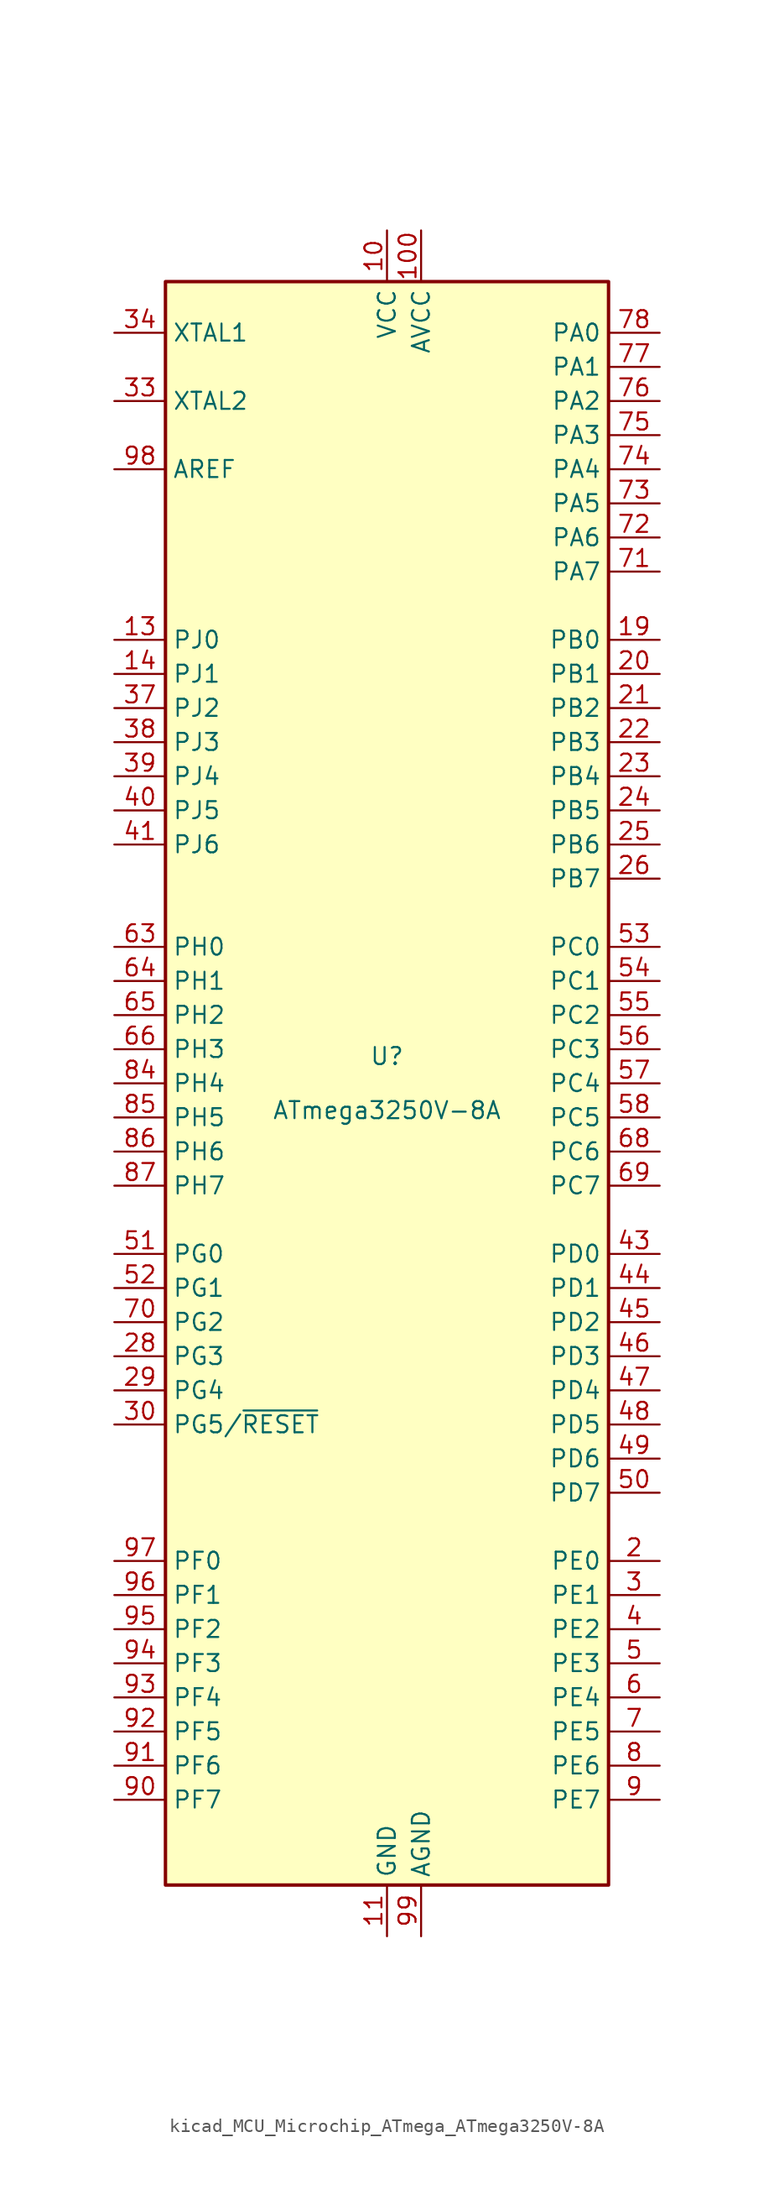
<source format=kicad_sym>
(kicad_symbol_lib
  (version 20220914)
  (generator kicad_symbol_editor)
  (symbol "kicad_MCU_Microchip_ATmega_ATmega3250V-8A"
    (property "Reference" "U"
      (at 0 1.27 0)
      (effects (font (size 1.27 1.27)) (justify bottom)))
    (property "Value" "ATmega3250V-8A"
      (at 0 -1.27 0)
      (effects (font (size 1.27 1.27)) (justify top)))
    (symbol "kicad_MCU_Microchip_ATmega_ATmega3250V-8A_0_1"
      (rectangle (start -16.51 -59.69) (end 16.51 59.69) (stroke (width 0.254) (type default)) (fill (type background))))
    (symbol "kicad_MCU_Microchip_ATmega_ATmega3250V-8A_1_1"
      (pin no_connect line (at -15.24 40.64 0) (length 2.54) hide (name "NC" (effects (font (size 1.27 1.27)))) (number "1" (effects (font (size 1.27 1.27)))))
      (pin power_in line (at 0 63.5 270) (length 3.81) (name "VCC" (effects (font (size 1.27 1.27)))) (number "10" (effects (font (size 1.27 1.27)))))
      (pin power_in line (at 2.54 63.5 270) (length 3.81) (name "AVCC" (effects (font (size 1.27 1.27)))) (number "100" (effects (font (size 1.27 1.27)))))
      (pin power_in line (at 0 -63.5 90) (length 3.81) (name "GND" (effects (font (size 1.27 1.27)))) (number "11" (effects (font (size 1.27 1.27)))))
      (pin no_connect line (at -15.24 38.1 0) (length 2.54) hide (name "NC" (effects (font (size 1.27 1.27)))) (number "12" (effects (font (size 1.27 1.27)))))
      (pin bidirectional line (at -20.32 33.02 0) (length 3.81) (name "PJ0" (effects (font (size 1.27 1.27)))) (number "13" (effects (font (size 1.27 1.27)))))
      (pin bidirectional line (at -20.32 30.48 0) (length 3.81) (name "PJ1" (effects (font (size 1.27 1.27)))) (number "14" (effects (font (size 1.27 1.27)))))
      (pin no_connect line (at -15.24 35.56 0) (length 2.54) hide (name "NC" (effects (font (size 1.27 1.27)))) (number "15" (effects (font (size 1.27 1.27)))))
      (pin no_connect line (at -15.24 15.24 0) (length 2.54) hide (name "NC" (effects (font (size 1.27 1.27)))) (number "16" (effects (font (size 1.27 1.27)))))
      (pin no_connect line (at -15.24 12.7 0) (length 2.54) hide (name "NC" (effects (font (size 1.27 1.27)))) (number "17" (effects (font (size 1.27 1.27)))))
      (pin no_connect line (at -15.24 -10.16 0) (length 2.54) hide (name "NC" (effects (font (size 1.27 1.27)))) (number "18" (effects (font (size 1.27 1.27)))))
      (pin bidirectional line (at 20.32 33.02 180) (length 3.81) (name "PB0" (effects (font (size 1.27 1.27)))) (number "19" (effects (font (size 1.27 1.27)))))
      (pin bidirectional line (at 20.32 -35.56 180) (length 3.81) (name "PE0" (effects (font (size 1.27 1.27)))) (number "2" (effects (font (size 1.27 1.27)))))
      (pin bidirectional line (at 20.32 30.48 180) (length 3.81) (name "PB1" (effects (font (size 1.27 1.27)))) (number "20" (effects (font (size 1.27 1.27)))))
      (pin bidirectional line (at 20.32 27.94 180) (length 3.81) (name "PB2" (effects (font (size 1.27 1.27)))) (number "21" (effects (font (size 1.27 1.27)))))
      (pin bidirectional line (at 20.32 25.4 180) (length 3.81) (name "PB3" (effects (font (size 1.27 1.27)))) (number "22" (effects (font (size 1.27 1.27)))))
      (pin bidirectional line (at 20.32 22.86 180) (length 3.81) (name "PB4" (effects (font (size 1.27 1.27)))) (number "23" (effects (font (size 1.27 1.27)))))
      (pin bidirectional line (at 20.32 20.32 180) (length 3.81) (name "PB5" (effects (font (size 1.27 1.27)))) (number "24" (effects (font (size 1.27 1.27)))))
      (pin bidirectional line (at 20.32 17.78 180) (length 3.81) (name "PB6" (effects (font (size 1.27 1.27)))) (number "25" (effects (font (size 1.27 1.27)))))
      (pin bidirectional line (at 20.32 15.24 180) (length 3.81) (name "PB7" (effects (font (size 1.27 1.27)))) (number "26" (effects (font (size 1.27 1.27)))))
      (pin no_connect line (at -15.24 -27.94 0) (length 2.54) hide (name "NC" (effects (font (size 1.27 1.27)))) (number "27" (effects (font (size 1.27 1.27)))))
      (pin bidirectional line (at -20.32 -20.32 0) (length 3.81) (name "PG3" (effects (font (size 1.27 1.27)))) (number "28" (effects (font (size 1.27 1.27)))))
      (pin bidirectional line (at -20.32 -22.86 0) (length 3.81) (name "PG4" (effects (font (size 1.27 1.27)))) (number "29" (effects (font (size 1.27 1.27)))))
      (pin bidirectional line (at 20.32 -38.1 180) (length 3.81) (name "PE1" (effects (font (size 1.27 1.27)))) (number "3" (effects (font (size 1.27 1.27)))))
      (pin bidirectional line (at -20.32 -25.4 0) (length 3.81) (name "PG5/~{RESET}" (effects (font (size 1.27 1.27)))) (number "30" (effects (font (size 1.27 1.27)))))
      (pin passive line (at 0 63.5 270) (length 3.81) hide (name "VCC" (effects (font (size 1.27 1.27)))) (number "31" (effects (font (size 1.27 1.27)))))
      (pin passive line (at 0 -63.5 90) (length 3.81) hide (name "GND" (effects (font (size 1.27 1.27)))) (number "32" (effects (font (size 1.27 1.27)))))
      (pin output line (at -20.32 50.8 0) (length 3.81) (name "XTAL2" (effects (font (size 1.27 1.27)))) (number "33" (effects (font (size 1.27 1.27)))))
      (pin input line (at -20.32 55.88 0) (length 3.81) (name "XTAL1" (effects (font (size 1.27 1.27)))) (number "34" (effects (font (size 1.27 1.27)))))
      (pin no_connect line (at -15.24 -30.48 0) (length 2.54) hide (name "NC" (effects (font (size 1.27 1.27)))) (number "35" (effects (font (size 1.27 1.27)))))
      (pin no_connect line (at -15.24 -33.02 0) (length 2.54) hide (name "NC" (effects (font (size 1.27 1.27)))) (number "36" (effects (font (size 1.27 1.27)))))
      (pin bidirectional line (at -20.32 27.94 0) (length 3.81) (name "PJ2" (effects (font (size 1.27 1.27)))) (number "37" (effects (font (size 1.27 1.27)))))
      (pin bidirectional line (at -20.32 25.4 0) (length 3.81) (name "PJ3" (effects (font (size 1.27 1.27)))) (number "38" (effects (font (size 1.27 1.27)))))
      (pin bidirectional line (at -20.32 22.86 0) (length 3.81) (name "PJ4" (effects (font (size 1.27 1.27)))) (number "39" (effects (font (size 1.27 1.27)))))
      (pin bidirectional line (at 20.32 -40.64 180) (length 3.81) (name "PE2" (effects (font (size 1.27 1.27)))) (number "4" (effects (font (size 1.27 1.27)))))
      (pin bidirectional line (at -20.32 20.32 0) (length 3.81) (name "PJ5" (effects (font (size 1.27 1.27)))) (number "40" (effects (font (size 1.27 1.27)))))
      (pin bidirectional line (at -20.32 17.78 0) (length 3.81) (name "PJ6" (effects (font (size 1.27 1.27)))) (number "41" (effects (font (size 1.27 1.27)))))
      (pin no_connect line (at -15.24 -58.42 90) (length 2.54) hide (name "NC" (effects (font (size 1.27 1.27)))) (number "42" (effects (font (size 1.27 1.27)))))
      (pin bidirectional line (at 20.32 -12.7 180) (length 3.81) (name "PD0" (effects (font (size 1.27 1.27)))) (number "43" (effects (font (size 1.27 1.27)))))
      (pin bidirectional line (at 20.32 -15.24 180) (length 3.81) (name "PD1" (effects (font (size 1.27 1.27)))) (number "44" (effects (font (size 1.27 1.27)))))
      (pin bidirectional line (at 20.32 -17.78 180) (length 3.81) (name "PD2" (effects (font (size 1.27 1.27)))) (number "45" (effects (font (size 1.27 1.27)))))
      (pin bidirectional line (at 20.32 -20.32 180) (length 3.81) (name "PD3" (effects (font (size 1.27 1.27)))) (number "46" (effects (font (size 1.27 1.27)))))
      (pin bidirectional line (at 20.32 -22.86 180) (length 3.81) (name "PD4" (effects (font (size 1.27 1.27)))) (number "47" (effects (font (size 1.27 1.27)))))
      (pin bidirectional line (at 20.32 -25.4 180) (length 3.81) (name "PD5" (effects (font (size 1.27 1.27)))) (number "48" (effects (font (size 1.27 1.27)))))
      (pin bidirectional line (at 20.32 -27.94 180) (length 3.81) (name "PD6" (effects (font (size 1.27 1.27)))) (number "49" (effects (font (size 1.27 1.27)))))
      (pin bidirectional line (at 20.32 -43.18 180) (length 3.81) (name "PE3" (effects (font (size 1.27 1.27)))) (number "5" (effects (font (size 1.27 1.27)))))
      (pin bidirectional line (at 20.32 -30.48 180) (length 3.81) (name "PD7" (effects (font (size 1.27 1.27)))) (number "50" (effects (font (size 1.27 1.27)))))
      (pin bidirectional line (at -20.32 -12.7 0) (length 3.81) (name "PG0" (effects (font (size 1.27 1.27)))) (number "51" (effects (font (size 1.27 1.27)))))
      (pin bidirectional line (at -20.32 -15.24 0) (length 3.81) (name "PG1" (effects (font (size 1.27 1.27)))) (number "52" (effects (font (size 1.27 1.27)))))
      (pin bidirectional line (at 20.32 10.16 180) (length 3.81) (name "PC0" (effects (font (size 1.27 1.27)))) (number "53" (effects (font (size 1.27 1.27)))))
      (pin bidirectional line (at 20.32 7.62 180) (length 3.81) (name "PC1" (effects (font (size 1.27 1.27)))) (number "54" (effects (font (size 1.27 1.27)))))
      (pin bidirectional line (at 20.32 5.08 180) (length 3.81) (name "PC2" (effects (font (size 1.27 1.27)))) (number "55" (effects (font (size 1.27 1.27)))))
      (pin bidirectional line (at 20.32 2.54 180) (length 3.81) (name "PC3" (effects (font (size 1.27 1.27)))) (number "56" (effects (font (size 1.27 1.27)))))
      (pin bidirectional line (at 20.32 0 180) (length 3.81) (name "PC4" (effects (font (size 1.27 1.27)))) (number "57" (effects (font (size 1.27 1.27)))))
      (pin bidirectional line (at 20.32 -2.54 180) (length 3.81) (name "PC5" (effects (font (size 1.27 1.27)))) (number "58" (effects (font (size 1.27 1.27)))))
      (pin no_connect line (at -12.7 -58.42 90) (length 2.54) hide (name "NC" (effects (font (size 1.27 1.27)))) (number "59" (effects (font (size 1.27 1.27)))))
      (pin bidirectional line (at 20.32 -45.72 180) (length 3.81) (name "PE4" (effects (font (size 1.27 1.27)))) (number "6" (effects (font (size 1.27 1.27)))))
      (pin no_connect line (at -10.16 -58.42 90) (length 2.54) hide (name "NC" (effects (font (size 1.27 1.27)))) (number "60" (effects (font (size 1.27 1.27)))))
      (pin no_connect line (at -7.62 -58.42 90) (length 2.54) hide (name "NC" (effects (font (size 1.27 1.27)))) (number "61" (effects (font (size 1.27 1.27)))))
      (pin no_connect line (at -5.08 -58.42 90) (length 2.54) hide (name "NC" (effects (font (size 1.27 1.27)))) (number "62" (effects (font (size 1.27 1.27)))))
      (pin bidirectional line (at -20.32 10.16 0) (length 3.81) (name "PH0" (effects (font (size 1.27 1.27)))) (number "63" (effects (font (size 1.27 1.27)))))
      (pin bidirectional line (at -20.32 7.62 0) (length 3.81) (name "PH1" (effects (font (size 1.27 1.27)))) (number "64" (effects (font (size 1.27 1.27)))))
      (pin bidirectional line (at -20.32 5.08 0) (length 3.81) (name "PH2" (effects (font (size 1.27 1.27)))) (number "65" (effects (font (size 1.27 1.27)))))
      (pin bidirectional line (at -20.32 2.54 0) (length 3.81) (name "PH3" (effects (font (size 1.27 1.27)))) (number "66" (effects (font (size 1.27 1.27)))))
      (pin no_connect line (at -2.54 -58.42 90) (length 2.54) hide (name "NC" (effects (font (size 1.27 1.27)))) (number "67" (effects (font (size 1.27 1.27)))))
      (pin bidirectional line (at 20.32 -5.08 180) (length 3.81) (name "PC6" (effects (font (size 1.27 1.27)))) (number "68" (effects (font (size 1.27 1.27)))))
      (pin bidirectional line (at 20.32 -7.62 180) (length 3.81) (name "PC7" (effects (font (size 1.27 1.27)))) (number "69" (effects (font (size 1.27 1.27)))))
      (pin bidirectional line (at 20.32 -48.26 180) (length 3.81) (name "PE5" (effects (font (size 1.27 1.27)))) (number "7" (effects (font (size 1.27 1.27)))))
      (pin bidirectional line (at -20.32 -17.78 0) (length 3.81) (name "PG2" (effects (font (size 1.27 1.27)))) (number "70" (effects (font (size 1.27 1.27)))))
      (pin bidirectional line (at 20.32 38.1 180) (length 3.81) (name "PA7" (effects (font (size 1.27 1.27)))) (number "71" (effects (font (size 1.27 1.27)))))
      (pin bidirectional line (at 20.32 40.64 180) (length 3.81) (name "PA6" (effects (font (size 1.27 1.27)))) (number "72" (effects (font (size 1.27 1.27)))))
      (pin bidirectional line (at 20.32 43.18 180) (length 3.81) (name "PA5" (effects (font (size 1.27 1.27)))) (number "73" (effects (font (size 1.27 1.27)))))
      (pin bidirectional line (at 20.32 45.72 180) (length 3.81) (name "PA4" (effects (font (size 1.27 1.27)))) (number "74" (effects (font (size 1.27 1.27)))))
      (pin bidirectional line (at 20.32 48.26 180) (length 3.81) (name "PA3" (effects (font (size 1.27 1.27)))) (number "75" (effects (font (size 1.27 1.27)))))
      (pin bidirectional line (at 20.32 50.8 180) (length 3.81) (name "PA2" (effects (font (size 1.27 1.27)))) (number "76" (effects (font (size 1.27 1.27)))))
      (pin bidirectional line (at 20.32 53.34 180) (length 3.81) (name "PA1" (effects (font (size 1.27 1.27)))) (number "77" (effects (font (size 1.27 1.27)))))
      (pin bidirectional line (at 20.32 55.88 180) (length 3.81) (name "PA0" (effects (font (size 1.27 1.27)))) (number "78" (effects (font (size 1.27 1.27)))))
      (pin no_connect line (at 5.08 -58.42 90) (length 2.54) hide (name "NC" (effects (font (size 1.27 1.27)))) (number "79" (effects (font (size 1.27 1.27)))))
      (pin bidirectional line (at 20.32 -50.8 180) (length 3.81) (name "PE6" (effects (font (size 1.27 1.27)))) (number "8" (effects (font (size 1.27 1.27)))))
      (pin passive line (at 0 63.5 270) (length 3.81) hide (name "VCC" (effects (font (size 1.27 1.27)))) (number "80" (effects (font (size 1.27 1.27)))))
      (pin passive line (at 0 -63.5 90) (length 3.81) hide (name "GND" (effects (font (size 1.27 1.27)))) (number "81" (effects (font (size 1.27 1.27)))))
      (pin no_connect line (at 7.62 -58.42 90) (length 2.54) hide (name "NC" (effects (font (size 1.27 1.27)))) (number "82" (effects (font (size 1.27 1.27)))))
      (pin no_connect line (at 10.16 -58.42 90) (length 2.54) hide (name "NC" (effects (font (size 1.27 1.27)))) (number "83" (effects (font (size 1.27 1.27)))))
      (pin bidirectional line (at -20.32 0 0) (length 3.81) (name "PH4" (effects (font (size 1.27 1.27)))) (number "84" (effects (font (size 1.27 1.27)))))
      (pin bidirectional line (at -20.32 -2.54 0) (length 3.81) (name "PH5" (effects (font (size 1.27 1.27)))) (number "85" (effects (font (size 1.27 1.27)))))
      (pin bidirectional line (at -20.32 -5.08 0) (length 3.81) (name "PH6" (effects (font (size 1.27 1.27)))) (number "86" (effects (font (size 1.27 1.27)))))
      (pin bidirectional line (at -20.32 -7.62 0) (length 3.81) (name "PH7" (effects (font (size 1.27 1.27)))) (number "87" (effects (font (size 1.27 1.27)))))
      (pin no_connect line (at 12.7 -58.42 90) (length 2.54) hide (name "NC" (effects (font (size 1.27 1.27)))) (number "88" (effects (font (size 1.27 1.27)))))
      (pin no_connect line (at 15.24 -58.42 90) (length 2.54) hide (name "NC" (effects (font (size 1.27 1.27)))) (number "89" (effects (font (size 1.27 1.27)))))
      (pin bidirectional line (at 20.32 -53.34 180) (length 3.81) (name "PE7" (effects (font (size 1.27 1.27)))) (number "9" (effects (font (size 1.27 1.27)))))
      (pin bidirectional line (at -20.32 -53.34 0) (length 3.81) (name "PF7" (effects (font (size 1.27 1.27)))) (number "90" (effects (font (size 1.27 1.27)))))
      (pin bidirectional line (at -20.32 -50.8 0) (length 3.81) (name "PF6" (effects (font (size 1.27 1.27)))) (number "91" (effects (font (size 1.27 1.27)))))
      (pin bidirectional line (at -20.32 -48.26 0) (length 3.81) (name "PF5" (effects (font (size 1.27 1.27)))) (number "92" (effects (font (size 1.27 1.27)))))
      (pin bidirectional line (at -20.32 -45.72 0) (length 3.81) (name "PF4" (effects (font (size 1.27 1.27)))) (number "93" (effects (font (size 1.27 1.27)))))
      (pin bidirectional line (at -20.32 -43.18 0) (length 3.81) (name "PF3" (effects (font (size 1.27 1.27)))) (number "94" (effects (font (size 1.27 1.27)))))
      (pin bidirectional line (at -20.32 -40.64 0) (length 3.81) (name "PF2" (effects (font (size 1.27 1.27)))) (number "95" (effects (font (size 1.27 1.27)))))
      (pin bidirectional line (at -20.32 -38.1 0) (length 3.81) (name "PF1" (effects (font (size 1.27 1.27)))) (number "96" (effects (font (size 1.27 1.27)))))
      (pin bidirectional line (at -20.32 -35.56 0) (length 3.81) (name "PF0" (effects (font (size 1.27 1.27)))) (number "97" (effects (font (size 1.27 1.27)))))
      (pin passive line (at -20.32 45.72 0) (length 3.81) (name "AREF" (effects (font (size 1.27 1.27)))) (number "98" (effects (font (size 1.27 1.27)))))
      (pin power_in line (at 2.54 -63.5 90) (length 3.81) (name "AGND" (effects (font (size 1.27 1.27)))) (number "99" (effects (font (size 1.27 1.27))))))))
</source>
